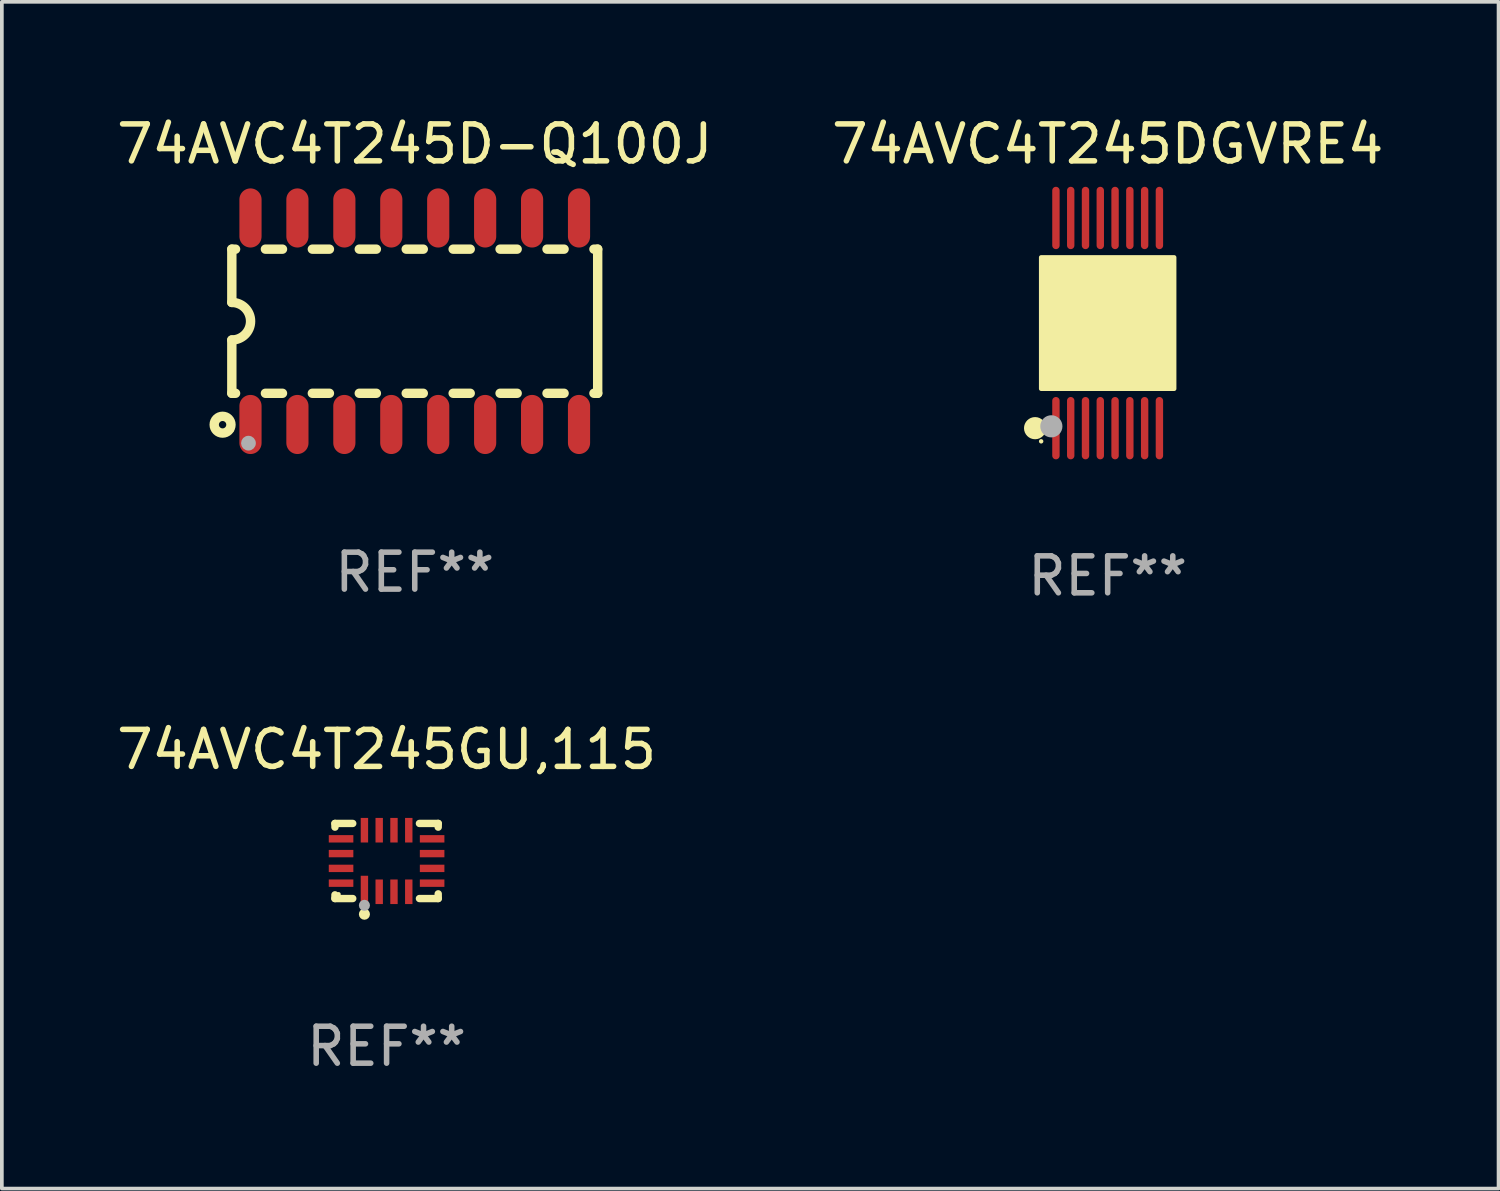
<source format=kicad_pcb>
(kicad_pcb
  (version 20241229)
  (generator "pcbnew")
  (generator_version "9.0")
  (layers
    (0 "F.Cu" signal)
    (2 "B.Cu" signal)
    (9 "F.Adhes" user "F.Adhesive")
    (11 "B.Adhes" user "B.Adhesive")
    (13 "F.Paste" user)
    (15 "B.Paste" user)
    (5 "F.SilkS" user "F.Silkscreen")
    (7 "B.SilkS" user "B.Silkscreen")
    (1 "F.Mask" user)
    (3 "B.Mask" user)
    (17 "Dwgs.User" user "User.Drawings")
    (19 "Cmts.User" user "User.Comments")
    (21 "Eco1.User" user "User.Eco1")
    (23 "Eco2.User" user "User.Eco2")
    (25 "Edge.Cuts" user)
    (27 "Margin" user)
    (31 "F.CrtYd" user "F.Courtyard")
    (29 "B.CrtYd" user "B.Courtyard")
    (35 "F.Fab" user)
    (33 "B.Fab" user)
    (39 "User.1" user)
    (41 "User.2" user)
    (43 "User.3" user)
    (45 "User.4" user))
  (footprint "74AVC4T245D-Q100J"
    (layer "F.Cu")
    (at 8.173 5.642)
    (property "Reference" "74AVC4T245D-Q100J" (at 0 -4.794 0) (layer "F.SilkS") (effects (font (size 1 1) (thickness 0.15))))
    (attr through_hole)
    (fp_line (start -4.95 -1.95) (end -4.95 -0.508) (stroke (width 0.254) (type solid)) (layer "F.SilkS"))
    (fp_line (start -4.95 -1.95) (end -4.849 -1.95) (stroke (width 0.254) (type solid)) (layer "F.SilkS"))
    (fp_line (start -4.95 1.95) (end -4.95 0.508) (stroke (width 0.254) (type solid)) (layer "F.SilkS"))
    (fp_line (start -4.95 1.95) (end -4.849 1.95) (stroke (width 0.254) (type solid)) (layer "F.SilkS"))
    (fp_line (start -4.041 -1.95) (end -3.579 -1.95) (stroke (width 0.254) (type solid)) (layer "F.SilkS"))
    (fp_line (start -4.041 1.95) (end -3.579 1.95) (stroke (width 0.254) (type solid)) (layer "F.SilkS"))
    (fp_line (start -2.771 -1.95) (end -2.309 -1.95) (stroke (width 0.254) (type solid)) (layer "F.SilkS"))
    (fp_line (start -2.771 1.95) (end -2.309 1.95) (stroke (width 0.254) (type solid)) (layer "F.SilkS"))
    (fp_line (start -1.501 -1.95) (end -1.039 -1.95) (stroke (width 0.254) (type solid)) (layer "F.SilkS"))
    (fp_line (start -1.501 1.95) (end -1.039 1.95) (stroke (width 0.254) (type solid)) (layer "F.SilkS"))
    (fp_line (start -0.231 -1.95) (end 0.231 -1.95) (stroke (width 0.254) (type solid)) (layer "F.SilkS"))
    (fp_line (start -0.231 1.95) (end 0.231 1.95) (stroke (width 0.254) (type solid)) (layer "F.SilkS"))
    (fp_line (start 1.039 -1.95) (end 1.501 -1.95) (stroke (width 0.254) (type solid)) (layer "F.SilkS"))
    (fp_line (start 1.039 1.95) (end 1.501 1.95) (stroke (width 0.254) (type solid)) (layer "F.SilkS"))
    (fp_line (start 2.309 -1.95) (end 2.771 -1.95) (stroke (width 0.254) (type solid)) (layer "F.SilkS"))
    (fp_line (start 2.309 1.95) (end 2.771 1.95) (stroke (width 0.254) (type solid)) (layer "F.SilkS"))
    (fp_line (start 3.579 -1.95) (end 4.041 -1.95) (stroke (width 0.254) (type solid)) (layer "F.SilkS"))
    (fp_line (start 3.579 1.95) (end 4.041 1.95) (stroke (width 0.254) (type solid)) (layer "F.SilkS"))
    (fp_line (start 4.849 -1.95) (end 4.95 -1.95) (stroke (width 0.254) (type solid)) (layer "F.SilkS"))
    (fp_line (start 4.849 1.95) (end 4.95 1.95) (stroke (width 0.254) (type solid)) (layer "F.SilkS"))
    (fp_line (start 4.95 -1.95) (end 4.95 1.95) (stroke (width 0.254) (type solid)) (layer "F.SilkS"))
    (fp_arc (start -4.95047 -0.508001) (mid -4.442469 -0.000228) (end -4.950013 0.508001) (stroke (width 0.254001) (type solid)) (layer "F.SilkS"))
    (fp_circle (center -5.2 2.8) (end -5.1 2.8) (stroke (width 0.254) (type solid)) (fill no) (layer "F.SilkS"))
    (fp_circle (center -4.95 2.947) (end -4.92 2.947) (stroke (width 0.06) (type solid)) (fill no) (layer "F.SilkS"))
    (fp_circle (center -4.5 3.3) (end -4.4 3.3) (stroke (width 0.2) (type solid)) (fill no) (layer "F.Fab"))
    (fp_text user "REF**" (at 0 6.794 0) (layer "F.Fab") (effects (font (size 1 1) (thickness 0.15))))
    (pad "1" smd oval (at -4.445 2.794) (size 0.6 1.6) (layers "F.Cu" "F.Mask" "F.Paste"))
    (pad "2" smd oval (at -3.175 2.794) (size 0.6 1.6) (layers "F.Cu" "F.Mask" "F.Paste"))
    (pad "3" smd oval (at -1.905 2.794) (size 0.6 1.6) (layers "F.Cu" "F.Mask" "F.Paste"))
    (pad "4" smd oval (at -0.635 2.794) (size 0.6 1.6) (layers "F.Cu" "F.Mask" "F.Paste"))
    (pad "5" smd oval (at 0.635 2.794) (size 0.6 1.6) (layers "F.Cu" "F.Mask" "F.Paste"))
    (pad "6" smd oval (at 1.905 2.794) (size 0.6 1.6) (layers "F.Cu" "F.Mask" "F.Paste"))
    (pad "7" smd oval (at 3.175 2.794) (size 0.6 1.6) (layers "F.Cu" "F.Mask" "F.Paste"))
    (pad "8" smd oval (at 4.445 2.794) (size 0.6 1.6) (layers "F.Cu" "F.Mask" "F.Paste"))
    (pad "9" smd oval (at 4.445 -2.794) (size 0.6 1.6) (layers "F.Cu" "F.Mask" "F.Paste"))
    (pad "10" smd oval (at 3.175 -2.794) (size 0.6 1.6) (layers "F.Cu" "F.Mask" "F.Paste"))
    (pad "11" smd oval (at 1.905 -2.794) (size 0.6 1.6) (layers "F.Cu" "F.Mask" "F.Paste"))
    (pad "12" smd oval (at 0.635 -2.794) (size 0.6 1.6) (layers "F.Cu" "F.Mask" "F.Paste"))
    (pad "13" smd oval (at -0.635 -2.794) (size 0.6 1.6) (layers "F.Cu" "F.Mask" "F.Paste"))
    (pad "14" smd oval (at -1.905 -2.794) (size 0.6 1.6) (layers "F.Cu" "F.Mask" "F.Paste"))
    (pad "15" smd oval (at -3.175 -2.794) (size 0.6 1.6) (layers "F.Cu" "F.Mask" "F.Paste"))
    (pad "16" smd oval (at -4.445 -2.794) (size 0.6 1.6) (layers "F.Cu" "F.Mask" "F.Paste")))
  (footprint "74AVC4T245GU,115"
    (layer "F.Cu")
    (at 7.411 20.248)
    (property "Reference" "74AVC4T245GU,115" (at 0 -3.016 0) (layer "F.SilkS") (effects (font (size 1 1) (thickness 0.15))))
    (attr through_hole)
    (fp_line (start -1.397 -1.016) (end -1.397 -0.916) (stroke (width 0.2) (type solid)) (layer "F.SilkS"))
    (fp_line (start -1.397 0.916) (end -1.397 1.016) (stroke (width 0.2) (type solid)) (layer "F.SilkS"))
    (fp_line (start -1.397 1.016) (end -0.916 1.016) (stroke (width 0.2) (type solid)) (layer "F.SilkS"))
    (fp_line (start -0.916 -1.016) (end -1.397 -1.016) (stroke (width 0.2) (type solid)) (layer "F.SilkS"))
    (fp_line (start 0.889 -1.016) (end 1.397 -1.016) (stroke (width 0.2) (type solid)) (layer "F.SilkS"))
    (fp_line (start 1.397 -1.016) (end 1.397 -0.916) (stroke (width 0.2) (type solid)) (layer "F.SilkS"))
    (fp_line (start 1.397 0.889) (end 1.397 1.016) (stroke (width 0.2) (type solid)) (layer "F.SilkS"))
    (fp_line (start 1.397 1.016) (end 0.889 1.016) (stroke (width 0.2) (type solid)) (layer "F.SilkS"))
    (fp_circle (center -1.3 0.9) (end -1.27 0.9) (stroke (width 0.06) (type solid)) (fill no) (layer "F.SilkS"))
    (fp_circle (center -0.6 1.44) (end -0.525 1.44) (stroke (width 0.15) (type solid)) (fill no) (layer "F.SilkS"))
    (fp_circle (center -0.6 1.2) (end -0.525 1.2) (stroke (width 0.15) (type solid)) (fill no) (layer "F.Fab"))
    (fp_text user "REF**" (at 0 5.016 0) (layer "F.Fab") (effects (font (size 1 1) (thickness 0.15))))
    (pad "1" smd rect (at -0.6 0.782) (size 0.2 0.765) (layers "F.Cu" "F.Mask" "F.Paste"))
    (pad "2" smd rect (at -0.2 0.833) (size 0.2 0.665) (layers "F.Cu" "F.Mask" "F.Paste"))
    (pad "3" smd rect (at 0.2 0.833) (size 0.2 0.665) (layers "F.Cu" "F.Mask" "F.Paste"))
    (pad "4" smd rect (at 0.6 0.833) (size 0.2 0.665) (layers "F.Cu" "F.Mask" "F.Paste"))
    (pad "5" smd rect (at 1.232 0.6) (size 0.665 0.2) (layers "F.Cu" "F.Mask" "F.Paste"))
    (pad "6" smd rect (at 1.232 0.2) (size 0.665 0.2) (layers "F.Cu" "F.Mask" "F.Paste"))
    (pad "7" smd rect (at 1.232 -0.2) (size 0.665 0.2) (layers "F.Cu" "F.Mask" "F.Paste"))
    (pad "8" smd rect (at 1.232 -0.6) (size 0.665 0.2) (layers "F.Cu" "F.Mask" "F.Paste"))
    (pad "9" smd rect (at 0.6 -0.833) (size 0.2 0.665) (layers "F.Cu" "F.Mask" "F.Paste"))
    (pad "10" smd rect (at 0.2 -0.833) (size 0.2 0.665) (layers "F.Cu" "F.Mask" "F.Paste"))
    (pad "11" smd rect (at -0.2 -0.833) (size 0.2 0.665) (layers "F.Cu" "F.Mask" "F.Paste"))
    (pad "12" smd rect (at -0.6 -0.833) (size 0.2 0.665) (layers "F.Cu" "F.Mask" "F.Paste"))
    (pad "13" smd rect (at -1.232 -0.6) (size 0.665 0.2) (layers "F.Cu" "F.Mask" "F.Paste"))
    (pad "14" smd rect (at -1.232 -0.2) (size 0.665 0.2) (layers "F.Cu" "F.Mask" "F.Paste"))
    (pad "15" smd rect (at -1.232 0.2) (size 0.665 0.2) (layers "F.Cu" "F.Mask" "F.Paste"))
    (pad "16" smd rect (at -1.232 0.6) (size 0.665 0.2) (layers "F.Cu" "F.Mask" "F.Paste")))
  (footprint "74AVC4T245DGVRE4"
    (layer "F.Cu")
    (at 26.923 5.692)
    (property "Reference" "74AVC4T245DGVRE4" (at 0 -4.844 0) (layer "F.SilkS") (effects (font (size 1 1) (thickness 0.15))))
    (attr through_hole)
    (fp_circle (center -1.964 2.844) (end -1.814 2.844) (stroke (width 0.3) (type solid)) (fill no) (layer "F.SilkS"))
    (fp_circle (center -1.8 3.2) (end -1.77 3.2) (stroke (width 0.06) (type solid)) (fill no) (layer "F.SilkS"))
    (fp_circle (center -1.4 1.019) (end -1.25 1.019) (stroke (width 0.3) (type solid)) (fill no) (layer "F.SilkS"))
    (fp_poly (pts (xy -1.8 -1.778) (xy 1.8 -1.778) (xy 1.8 1.778) (xy -1.8 1.778)) (stroke (width 0.12) (type solid)) (fill yes) (layer "F.SilkS"))
    (fp_circle (center -1.524 2.794) (end -1.374 2.794) (stroke (width 0.3) (type solid)) (fill no) (layer "F.Fab"))
    (fp_text user "REF**" (at 0 6.844 0) (layer "F.Fab") (effects (font (size 1 1) (thickness 0.15))))
    (pad "1" smd oval (at -1.4 2.844) (size 0.2 1.687) (layers "F.Cu" "F.Mask" "F.Paste"))
    (pad "2" smd oval (at -1 2.844) (size 0.2 1.687) (layers "F.Cu" "F.Mask" "F.Paste"))
    (pad "3" smd oval (at -0.6 2.844) (size 0.2 1.687) (layers "F.Cu" "F.Mask" "F.Paste"))
    (pad "4" smd oval (at -0.2 2.844) (size 0.2 1.687) (layers "F.Cu" "F.Mask" "F.Paste"))
    (pad "5" smd oval (at 0.2 2.844) (size 0.2 1.687) (layers "F.Cu" "F.Mask" "F.Paste"))
    (pad "6" smd oval (at 0.6 2.844) (size 0.2 1.687) (layers "F.Cu" "F.Mask" "F.Paste"))
    (pad "7" smd oval (at 1 2.844) (size 0.2 1.687) (layers "F.Cu" "F.Mask" "F.Paste"))
    (pad "8" smd oval (at 1.4 2.844) (size 0.2 1.687) (layers "F.Cu" "F.Mask" "F.Paste"))
    (pad "9" smd oval (at 1.4 -2.844) (size 0.2 1.687) (layers "F.Cu" "F.Mask" "F.Paste"))
    (pad "10" smd oval (at 1 -2.844) (size 0.2 1.687) (layers "F.Cu" "F.Mask" "F.Paste"))
    (pad "11" smd oval (at 0.6 -2.844) (size 0.2 1.687) (layers "F.Cu" "F.Mask" "F.Paste"))
    (pad "12" smd oval (at 0.2 -2.844) (size 0.2 1.687) (layers "F.Cu" "F.Mask" "F.Paste"))
    (pad "13" smd oval (at -0.2 -2.844) (size 0.2 1.687) (layers "F.Cu" "F.Mask" "F.Paste"))
    (pad "14" smd oval (at -0.6 -2.844) (size 0.2 1.687) (layers "F.Cu" "F.Mask" "F.Paste"))
    (pad "15" smd oval (at -1 -2.844) (size 0.2 1.687) (layers "F.Cu" "F.Mask" "F.Paste"))
    (pad "16" smd oval (at -1.4 -2.844) (size 0.2 1.687) (layers "F.Cu" "F.Mask" "F.Paste")))
  (gr_rect
    (start -3 -3)
    (end 37.5 29.112)
    (stroke (width 0.1) (type default))
    (fill no)
    (layer "Edge.Cuts")))
</source>
